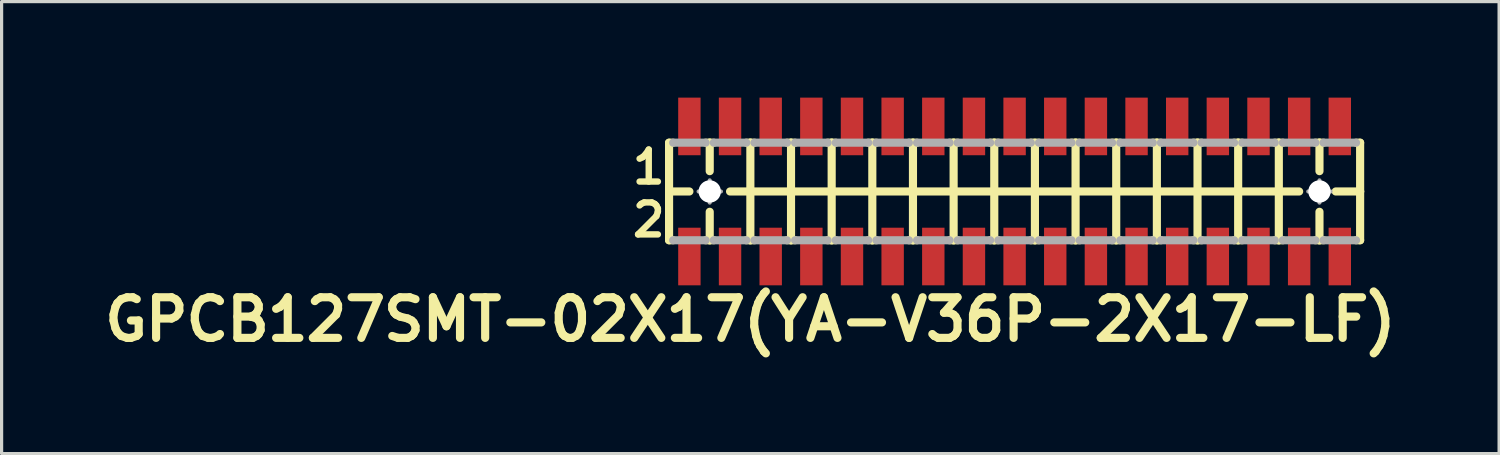
<source format=kicad_pcb>
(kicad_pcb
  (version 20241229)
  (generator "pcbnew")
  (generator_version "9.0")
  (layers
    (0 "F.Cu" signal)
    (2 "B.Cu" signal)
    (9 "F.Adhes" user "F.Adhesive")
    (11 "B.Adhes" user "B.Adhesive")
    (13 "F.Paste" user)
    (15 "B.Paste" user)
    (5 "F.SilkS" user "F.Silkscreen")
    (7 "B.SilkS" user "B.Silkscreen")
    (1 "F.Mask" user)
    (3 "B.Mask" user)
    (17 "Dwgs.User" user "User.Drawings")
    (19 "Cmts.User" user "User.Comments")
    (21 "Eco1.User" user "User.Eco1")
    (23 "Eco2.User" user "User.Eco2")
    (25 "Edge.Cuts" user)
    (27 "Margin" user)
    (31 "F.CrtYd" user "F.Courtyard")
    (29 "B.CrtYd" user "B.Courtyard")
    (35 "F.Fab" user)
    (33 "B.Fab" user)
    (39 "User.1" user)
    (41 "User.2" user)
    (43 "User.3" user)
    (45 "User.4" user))
  (footprint "GPCB127SMT-02X17(YA-V36P-2X17-LF)"
    (layer "F.Cu")
    (at 28.648 2.932)
    (property "Reference" "GPCB127SMT-02X17(YA-V36P-2X17-LF)" (at -8.255 4 0) (layer "F.SilkS") (effects (font (size 1.27 1.27) (thickness 0.254))))
    (attr smd)
    (fp_line (start -10.795 -1.524) (end -10.795 0) (stroke (width 0.254) (type solid)) (layer "F.SilkS"))
    (fp_line (start -10.795 0) (end -10.795 1.524) (stroke (width 0.254) (type solid)) (layer "F.SilkS"))
    (fp_line (start -10.795 0) (end -10.16 0) (stroke (width 0.254) (type solid)) (layer "F.SilkS"))
    (fp_line (start -10.795 1.524) (end -10.668 1.524) (stroke (width 0.254) (type solid)) (layer "F.SilkS"))
    (fp_line (start -10.668 -1.524) (end -10.795 -1.524) (stroke (width 0.254) (type solid)) (layer "F.SilkS"))
    (fp_line (start -9.652 -1.524) (end -9.525 -1.524) (stroke (width 0.254) (type solid)) (layer "F.SilkS"))
    (fp_line (start -9.652 1.524) (end -9.525 1.524) (stroke (width 0.254) (type solid)) (layer "F.SilkS"))
    (fp_line (start -9.525 -1.524) (end -9.398 -1.524) (stroke (width 0.254) (type solid)) (layer "F.SilkS"))
    (fp_line (start -9.525 -0.635) (end -9.525 -1.524) (stroke (width 0.254) (type solid)) (layer "F.SilkS"))
    (fp_line (start -9.525 1.524) (end -9.525 0.635) (stroke (width 0.254) (type solid)) (layer "F.SilkS"))
    (fp_line (start -9.525 1.524) (end -9.398 1.524) (stroke (width 0.254) (type solid)) (layer "F.SilkS"))
    (fp_line (start -8.89 0) (end -8.255 0) (stroke (width 0.254) (type solid)) (layer "F.SilkS"))
    (fp_line (start -8.382 -1.524) (end -8.255 -1.524) (stroke (width 0.254) (type solid)) (layer "F.SilkS"))
    (fp_line (start -8.382 1.524) (end -8.255 1.524) (stroke (width 0.254) (type solid)) (layer "F.SilkS"))
    (fp_line (start -8.255 -1.524) (end -8.128 -1.524) (stroke (width 0.254) (type solid)) (layer "F.SilkS"))
    (fp_line (start -8.255 0) (end -8.255 -1.524) (stroke (width 0.254) (type solid)) (layer "F.SilkS"))
    (fp_line (start -8.255 0) (end -6.985 0) (stroke (width 0.254) (type solid)) (layer "F.SilkS"))
    (fp_line (start -8.255 1.524) (end -8.255 0) (stroke (width 0.254) (type solid)) (layer "F.SilkS"))
    (fp_line (start -8.255 1.524) (end -8.128 1.524) (stroke (width 0.254) (type solid)) (layer "F.SilkS"))
    (fp_line (start -7.112 -1.524) (end -6.985 -1.524) (stroke (width 0.254) (type solid)) (layer "F.SilkS"))
    (fp_line (start -7.112 1.524) (end -6.985 1.524) (stroke (width 0.254) (type solid)) (layer "F.SilkS"))
    (fp_line (start -6.985 -1.524) (end -6.858 -1.524) (stroke (width 0.254) (type solid)) (layer "F.SilkS"))
    (fp_line (start -6.985 0) (end -6.985 -1.524) (stroke (width 0.254) (type solid)) (layer "F.SilkS"))
    (fp_line (start -6.985 0) (end -5.715 0) (stroke (width 0.254) (type solid)) (layer "F.SilkS"))
    (fp_line (start -6.985 1.524) (end -6.985 0) (stroke (width 0.254) (type solid)) (layer "F.SilkS"))
    (fp_line (start -6.985 1.524) (end -6.858 1.524) (stroke (width 0.254) (type solid)) (layer "F.SilkS"))
    (fp_line (start -5.842 -1.524) (end -5.715 -1.524) (stroke (width 0.254) (type solid)) (layer "F.SilkS"))
    (fp_line (start -5.842 1.524) (end -5.715 1.524) (stroke (width 0.254) (type solid)) (layer "F.SilkS"))
    (fp_line (start -5.715 -1.524) (end -5.588 -1.524) (stroke (width 0.254) (type solid)) (layer "F.SilkS"))
    (fp_line (start -5.715 0) (end -5.715 -1.524) (stroke (width 0.254) (type solid)) (layer "F.SilkS"))
    (fp_line (start -5.715 0) (end -4.445 0) (stroke (width 0.254) (type solid)) (layer "F.SilkS"))
    (fp_line (start -5.715 1.524) (end -5.715 0) (stroke (width 0.254) (type solid)) (layer "F.SilkS"))
    (fp_line (start -5.715 1.524) (end -5.588 1.524) (stroke (width 0.254) (type solid)) (layer "F.SilkS"))
    (fp_line (start -4.572 -1.524) (end -4.445 -1.524) (stroke (width 0.254) (type solid)) (layer "F.SilkS"))
    (fp_line (start -4.572 1.524) (end -4.445 1.524) (stroke (width 0.254) (type solid)) (layer "F.SilkS"))
    (fp_line (start -4.445 -1.524) (end -4.318 -1.524) (stroke (width 0.254) (type solid)) (layer "F.SilkS"))
    (fp_line (start -4.445 0) (end -4.445 -1.524) (stroke (width 0.254) (type solid)) (layer "F.SilkS"))
    (fp_line (start -4.445 0) (end -3.175 0) (stroke (width 0.254) (type solid)) (layer "F.SilkS"))
    (fp_line (start -4.445 1.524) (end -4.445 0) (stroke (width 0.254) (type solid)) (layer "F.SilkS"))
    (fp_line (start -4.445 1.524) (end -4.318 1.524) (stroke (width 0.254) (type solid)) (layer "F.SilkS"))
    (fp_line (start -3.302 -1.524) (end -3.175 -1.524) (stroke (width 0.254) (type solid)) (layer "F.SilkS"))
    (fp_line (start -3.302 1.524) (end -3.175 1.524) (stroke (width 0.254) (type solid)) (layer "F.SilkS"))
    (fp_line (start -3.175 -1.524) (end -3.048 -1.524) (stroke (width 0.254) (type solid)) (layer "F.SilkS"))
    (fp_line (start -3.175 0) (end -3.175 -1.524) (stroke (width 0.254) (type solid)) (layer "F.SilkS"))
    (fp_line (start -3.175 0) (end -1.905 0) (stroke (width 0.254) (type solid)) (layer "F.SilkS"))
    (fp_line (start -3.175 1.524) (end -3.175 0) (stroke (width 0.254) (type solid)) (layer "F.SilkS"))
    (fp_line (start -3.175 1.524) (end -3.048 1.524) (stroke (width 0.254) (type solid)) (layer "F.SilkS"))
    (fp_line (start -2.032 -1.524) (end -1.905 -1.524) (stroke (width 0.254) (type solid)) (layer "F.SilkS"))
    (fp_line (start -2.032 1.524) (end -1.905 1.524) (stroke (width 0.254) (type solid)) (layer "F.SilkS"))
    (fp_line (start -1.905 -1.524) (end -1.778 -1.524) (stroke (width 0.254) (type solid)) (layer "F.SilkS"))
    (fp_line (start -1.905 0) (end -1.905 -1.524) (stroke (width 0.254) (type solid)) (layer "F.SilkS"))
    (fp_line (start -1.905 0) (end -0.635 0) (stroke (width 0.254) (type solid)) (layer "F.SilkS"))
    (fp_line (start -1.905 1.524) (end -1.905 0) (stroke (width 0.254) (type solid)) (layer "F.SilkS"))
    (fp_line (start -1.905 1.524) (end -1.778 1.524) (stroke (width 0.254) (type solid)) (layer "F.SilkS"))
    (fp_line (start -0.762 -1.524) (end -0.635 -1.524) (stroke (width 0.254) (type solid)) (layer "F.SilkS"))
    (fp_line (start -0.762 1.524) (end -0.635 1.524) (stroke (width 0.254) (type solid)) (layer "F.SilkS"))
    (fp_line (start -0.635 -1.524) (end -0.508 -1.524) (stroke (width 0.254) (type solid)) (layer "F.SilkS"))
    (fp_line (start -0.635 0) (end -0.635 -1.524) (stroke (width 0.254) (type solid)) (layer "F.SilkS"))
    (fp_line (start -0.635 0) (end 0.635 0) (stroke (width 0.254) (type solid)) (layer "F.SilkS"))
    (fp_line (start -0.635 1.524) (end -0.635 0) (stroke (width 0.254) (type solid)) (layer "F.SilkS"))
    (fp_line (start -0.635 1.524) (end -0.508 1.524) (stroke (width 0.254) (type solid)) (layer "F.SilkS"))
    (fp_line (start 0.508 -1.524) (end 0.762 -1.524) (stroke (width 0.254) (type solid)) (layer "F.SilkS"))
    (fp_line (start 0.508 1.524) (end 0.635 1.524) (stroke (width 0.254) (type solid)) (layer "F.SilkS"))
    (fp_line (start 0.635 0) (end 0.635 -1.524) (stroke (width 0.254) (type solid)) (layer "F.SilkS"))
    (fp_line (start 0.635 0) (end 1.905 0) (stroke (width 0.254) (type solid)) (layer "F.SilkS"))
    (fp_line (start 0.635 1.524) (end 0.635 0) (stroke (width 0.254) (type solid)) (layer "F.SilkS"))
    (fp_line (start 0.635 1.524) (end 0.762 1.524) (stroke (width 0.254) (type solid)) (layer "F.SilkS"))
    (fp_line (start 1.778 -1.524) (end 1.905 -1.524) (stroke (width 0.254) (type solid)) (layer "F.SilkS"))
    (fp_line (start 1.905 -1.524) (end 1.905 0) (stroke (width 0.254) (type solid)) (layer "F.SilkS"))
    (fp_line (start 1.905 0) (end 1.905 1.524) (stroke (width 0.254) (type solid)) (layer "F.SilkS"))
    (fp_line (start 1.905 0) (end 3.175 0) (stroke (width 0.254) (type solid)) (layer "F.SilkS"))
    (fp_line (start 1.905 1.524) (end 1.778 1.524) (stroke (width 0.254) (type solid)) (layer "F.SilkS"))
    (fp_line (start 1.905 1.524) (end 2.032 1.524) (stroke (width 0.254) (type solid)) (layer "F.SilkS"))
    (fp_line (start 2.032 -1.524) (end 1.905 -1.524) (stroke (width 0.254) (type solid)) (layer "F.SilkS"))
    (fp_line (start 3.048 -1.524) (end 3.175 -1.524) (stroke (width 0.254) (type solid)) (layer "F.SilkS"))
    (fp_line (start 3.048 1.524) (end 3.175 1.524) (stroke (width 0.254) (type solid)) (layer "F.SilkS"))
    (fp_line (start 3.175 -1.524) (end 3.302 -1.524) (stroke (width 0.254) (type solid)) (layer "F.SilkS"))
    (fp_line (start 3.175 0) (end 3.175 -1.524) (stroke (width 0.254) (type solid)) (layer "F.SilkS"))
    (fp_line (start 3.175 0) (end 4.445 0) (stroke (width 0.254) (type solid)) (layer "F.SilkS"))
    (fp_line (start 3.175 1.524) (end 3.175 0) (stroke (width 0.254) (type solid)) (layer "F.SilkS"))
    (fp_line (start 3.175 1.524) (end 3.302 1.524) (stroke (width 0.254) (type solid)) (layer "F.SilkS"))
    (fp_line (start 4.318 -1.524) (end 4.445 -1.524) (stroke (width 0.254) (type solid)) (layer "F.SilkS"))
    (fp_line (start 4.318 1.524) (end 4.445 1.524) (stroke (width 0.254) (type solid)) (layer "F.SilkS"))
    (fp_line (start 4.445 -1.524) (end 4.572 -1.524) (stroke (width 0.254) (type solid)) (layer "F.SilkS"))
    (fp_line (start 4.445 0) (end 4.445 -1.524) (stroke (width 0.254) (type solid)) (layer "F.SilkS"))
    (fp_line (start 4.445 0) (end 5.715 0) (stroke (width 0.254) (type solid)) (layer "F.SilkS"))
    (fp_line (start 4.445 1.524) (end 4.445 0) (stroke (width 0.254) (type solid)) (layer "F.SilkS"))
    (fp_line (start 4.445 1.524) (end 4.572 1.524) (stroke (width 0.254) (type solid)) (layer "F.SilkS"))
    (fp_line (start 5.588 -1.524) (end 5.715 -1.524) (stroke (width 0.254) (type solid)) (layer "F.SilkS"))
    (fp_line (start 5.588 1.524) (end 5.715 1.524) (stroke (width 0.254) (type solid)) (layer "F.SilkS"))
    (fp_line (start 5.715 -1.524) (end 5.842 -1.524) (stroke (width 0.254) (type solid)) (layer "F.SilkS"))
    (fp_line (start 5.715 0) (end 5.715 -1.524) (stroke (width 0.254) (type solid)) (layer "F.SilkS"))
    (fp_line (start 5.715 0) (end 6.985 0) (stroke (width 0.254) (type solid)) (layer "F.SilkS"))
    (fp_line (start 5.715 1.524) (end 5.715 0) (stroke (width 0.254) (type solid)) (layer "F.SilkS"))
    (fp_line (start 5.715 1.524) (end 5.842 1.524) (stroke (width 0.254) (type solid)) (layer "F.SilkS"))
    (fp_line (start 6.858 -1.524) (end 6.985 -1.524) (stroke (width 0.254) (type solid)) (layer "F.SilkS"))
    (fp_line (start 6.858 1.524) (end 6.985 1.524) (stroke (width 0.254) (type solid)) (layer "F.SilkS"))
    (fp_line (start 6.985 -1.524) (end 7.112 -1.524) (stroke (width 0.254) (type solid)) (layer "F.SilkS"))
    (fp_line (start 6.985 0) (end 6.985 -1.524) (stroke (width 0.254) (type solid)) (layer "F.SilkS"))
    (fp_line (start 6.985 0) (end 8.255 0) (stroke (width 0.254) (type solid)) (layer "F.SilkS"))
    (fp_line (start 6.985 1.524) (end 6.985 0) (stroke (width 0.254) (type solid)) (layer "F.SilkS"))
    (fp_line (start 6.985 1.524) (end 7.112 1.524) (stroke (width 0.254) (type solid)) (layer "F.SilkS"))
    (fp_line (start 8.128 -1.524) (end 8.255 -1.524) (stroke (width 0.254) (type solid)) (layer "F.SilkS"))
    (fp_line (start 8.128 1.524) (end 8.255 1.524) (stroke (width 0.254) (type solid)) (layer "F.SilkS"))
    (fp_line (start 8.255 -1.524) (end 8.382 -1.524) (stroke (width 0.254) (type solid)) (layer "F.SilkS"))
    (fp_line (start 8.255 0) (end 8.255 -1.524) (stroke (width 0.254) (type solid)) (layer "F.SilkS"))
    (fp_line (start 8.255 0) (end 8.89 0) (stroke (width 0.254) (type solid)) (layer "F.SilkS"))
    (fp_line (start 8.255 1.524) (end 8.255 0) (stroke (width 0.254) (type solid)) (layer "F.SilkS"))
    (fp_line (start 8.255 1.524) (end 8.382 1.524) (stroke (width 0.254) (type solid)) (layer "F.SilkS"))
    (fp_line (start 9.398 -1.524) (end 9.525 -1.524) (stroke (width 0.254) (type solid)) (layer "F.SilkS"))
    (fp_line (start 9.398 1.524) (end 9.525 1.524) (stroke (width 0.254) (type solid)) (layer "F.SilkS"))
    (fp_line (start 9.525 -1.524) (end 9.652 -1.524) (stroke (width 0.254) (type solid)) (layer "F.SilkS"))
    (fp_line (start 9.525 -0.635) (end 9.525 -1.524) (stroke (width 0.254) (type solid)) (layer "F.SilkS"))
    (fp_line (start 9.525 1.524) (end 9.525 0.635) (stroke (width 0.254) (type solid)) (layer "F.SilkS"))
    (fp_line (start 9.525 1.524) (end 9.652 1.524) (stroke (width 0.254) (type solid)) (layer "F.SilkS"))
    (fp_line (start 10.033 0) (end 10.795 0) (stroke (width 0.254) (type solid)) (layer "F.SilkS"))
    (fp_line (start 10.668 -1.524) (end 10.795 -1.524) (stroke (width 0.254) (type solid)) (layer "F.SilkS"))
    (fp_line (start 10.668 1.524) (end 10.795 1.524) (stroke (width 0.254) (type solid)) (layer "F.SilkS"))
    (fp_line (start 10.795 0) (end 10.795 -1.524) (stroke (width 0.254) (type solid)) (layer "F.SilkS"))
    (fp_line (start 10.795 1.524) (end 10.795 0) (stroke (width 0.254) (type solid)) (layer "F.SilkS"))
    (fp_line (start -10.668 -1.524) (end -9.652 -1.524) (stroke (width 0.254) (type solid)) (layer "F.Fab"))
    (fp_line (start -10.668 1.524) (end -9.652 1.524) (stroke (width 0.254) (type solid)) (layer "F.Fab"))
    (fp_line (start -9.873 0) (end -9.174 0) (stroke (width 0.127) (type solid)) (layer "F.Fab"))
    (fp_line (start -9.525 0.348) (end -9.525 -0.348) (stroke (width 0.127) (type solid)) (layer "F.Fab"))
    (fp_line (start -9.398 -1.524) (end -8.382 -1.524) (stroke (width 0.254) (type solid)) (layer "F.Fab"))
    (fp_line (start -9.398 1.524) (end -8.382 1.524) (stroke (width 0.254) (type solid)) (layer "F.Fab"))
    (fp_line (start -8.128 -1.524) (end -7.112 -1.524) (stroke (width 0.254) (type solid)) (layer "F.Fab"))
    (fp_line (start -8.128 1.524) (end -7.112 1.524) (stroke (width 0.254) (type solid)) (layer "F.Fab"))
    (fp_line (start -6.858 -1.524) (end -5.842 -1.524) (stroke (width 0.254) (type solid)) (layer "F.Fab"))
    (fp_line (start -6.858 1.524) (end -5.842 1.524) (stroke (width 0.254) (type solid)) (layer "F.Fab"))
    (fp_line (start -5.588 -1.524) (end -4.572 -1.524) (stroke (width 0.254) (type solid)) (layer "F.Fab"))
    (fp_line (start -5.588 1.524) (end -4.572 1.524) (stroke (width 0.254) (type solid)) (layer "F.Fab"))
    (fp_line (start -4.318 -1.524) (end -3.302 -1.524) (stroke (width 0.254) (type solid)) (layer "F.Fab"))
    (fp_line (start -4.318 1.524) (end -3.302 1.524) (stroke (width 0.254) (type solid)) (layer "F.Fab"))
    (fp_line (start -3.048 -1.524) (end -2.032 -1.524) (stroke (width 0.254) (type solid)) (layer "F.Fab"))
    (fp_line (start -3.048 1.524) (end -2.032 1.524) (stroke (width 0.254) (type solid)) (layer "F.Fab"))
    (fp_line (start -1.778 -1.524) (end -0.762 -1.524) (stroke (width 0.254) (type solid)) (layer "F.Fab"))
    (fp_line (start -1.778 1.524) (end -0.762 1.524) (stroke (width 0.254) (type solid)) (layer "F.Fab"))
    (fp_line (start -0.508 -1.524) (end 0.508 -1.524) (stroke (width 0.254) (type solid)) (layer "F.Fab"))
    (fp_line (start -0.508 1.524) (end 0.508 1.524) (stroke (width 0.254) (type solid)) (layer "F.Fab"))
    (fp_line (start 0.762 -1.524) (end 1.778 -1.524) (stroke (width 0.254) (type solid)) (layer "F.Fab"))
    (fp_line (start 0.762 1.524) (end 1.778 1.524) (stroke (width 0.254) (type solid)) (layer "F.Fab"))
    (fp_line (start 2.032 -1.524) (end 3.048 -1.524) (stroke (width 0.254) (type solid)) (layer "F.Fab"))
    (fp_line (start 2.032 1.524) (end 3.048 1.524) (stroke (width 0.254) (type solid)) (layer "F.Fab"))
    (fp_line (start 3.302 -1.524) (end 4.318 -1.524) (stroke (width 0.254) (type solid)) (layer "F.Fab"))
    (fp_line (start 3.302 1.524) (end 4.318 1.524) (stroke (width 0.254) (type solid)) (layer "F.Fab"))
    (fp_line (start 4.572 -1.524) (end 5.588 -1.524) (stroke (width 0.254) (type solid)) (layer "F.Fab"))
    (fp_line (start 4.572 1.524) (end 5.588 1.524) (stroke (width 0.254) (type solid)) (layer "F.Fab"))
    (fp_line (start 5.842 -1.524) (end 6.858 -1.524) (stroke (width 0.254) (type solid)) (layer "F.Fab"))
    (fp_line (start 5.842 1.524) (end 6.858 1.524) (stroke (width 0.254) (type solid)) (layer "F.Fab"))
    (fp_line (start 7.112 -1.524) (end 8.128 -1.524) (stroke (width 0.254) (type solid)) (layer "F.Fab"))
    (fp_line (start 7.112 1.524) (end 8.128 1.524) (stroke (width 0.254) (type solid)) (layer "F.Fab"))
    (fp_line (start 8.382 -1.524) (end 9.398 -1.524) (stroke (width 0.254) (type solid)) (layer "F.Fab"))
    (fp_line (start 8.382 1.524) (end 9.398 1.524) (stroke (width 0.254) (type solid)) (layer "F.Fab"))
    (fp_line (start 9.174 0) (end 9.873 0) (stroke (width 0.127) (type solid)) (layer "F.Fab"))
    (fp_line (start 9.525 0.348) (end 9.525 -0.348) (stroke (width 0.127) (type solid)) (layer "F.Fab"))
    (fp_line (start 9.652 -1.524) (end 10.668 -1.524) (stroke (width 0.254) (type solid)) (layer "F.Fab"))
    (fp_line (start 9.652 1.524) (end 10.668 1.524) (stroke (width 0.254) (type solid)) (layer "F.Fab"))
    (fp_circle (center -9.525 0) (end -9.698 0.173) (stroke (width 0.127) (type solid)) (fill no) (layer "F.Fab"))
    (fp_circle (center 9.525 0) (end 9.698 0.173) (stroke (width 0.127) (type solid)) (fill no) (layer "F.Fab"))
    (fp_text user "1" (at -11.43 -0.762 0) (layer "F.SilkS") (effects (font (size 1 1) (thickness 0.2))))
    (fp_text user "2" (at -11.43 0.889 0) (layer "F.SilkS") (effects (font (size 1 1) (thickness 0.2))))
    (pad "" np_thru_hole circle (at -9.525 0 90) (size 0.7 0.7) (drill 0.7) (layers "*.Cu" "*.Mask"))
    (pad "" np_thru_hole circle (at 9.525 0 90) (size 0.7 0.7) (drill 0.7) (layers "*.Cu" "*.Mask"))
    (pad "1" smd rect (at -10.16 -2.032 270) (size 1.8 0.7) (layers "F.Cu" "F.Mask" "F.Paste"))
    (pad "2" smd rect (at -10.16 2.032 270) (size 1.8 0.7) (layers "F.Cu" "F.Mask" "F.Paste"))
    (pad "3" smd rect (at -8.89 -2.032 270) (size 1.8 0.7) (layers "F.Cu" "F.Mask" "F.Paste"))
    (pad "4" smd rect (at -8.89 2.032 270) (size 1.8 0.7) (layers "F.Cu" "F.Mask" "F.Paste"))
    (pad "5" smd rect (at -7.62 -2.032 270) (size 1.8 0.7) (layers "F.Cu" "F.Mask" "F.Paste"))
    (pad "6" smd rect (at -7.62 2.032 270) (size 1.8 0.7) (layers "F.Cu" "F.Mask" "F.Paste"))
    (pad "7" smd rect (at -6.35 -2.032 270) (size 1.8 0.7) (layers "F.Cu" "F.Mask" "F.Paste"))
    (pad "8" smd rect (at -6.35 2.032 270) (size 1.8 0.7) (layers "F.Cu" "F.Mask" "F.Paste"))
    (pad "9" smd rect (at -5.08 -2.032 270) (size 1.8 0.7) (layers "F.Cu" "F.Mask" "F.Paste"))
    (pad "10" smd rect (at -5.08 2.032 270) (size 1.8 0.7) (layers "F.Cu" "F.Mask" "F.Paste"))
    (pad "11" smd rect (at -3.81 -2.032 270) (size 1.8 0.7) (layers "F.Cu" "F.Mask" "F.Paste"))
    (pad "12" smd rect (at -3.81 2.032 270) (size 1.8 0.7) (layers "F.Cu" "F.Mask" "F.Paste"))
    (pad "13" smd rect (at -2.54 -2.032 90) (size 1.8 0.7) (layers "F.Cu" "F.Mask" "F.Paste"))
    (pad "14" smd rect (at -2.54 2.032 90) (size 1.8 0.7) (layers "F.Cu" "F.Mask" "F.Paste"))
    (pad "15" smd rect (at -1.27 -2.032 90) (size 1.8 0.7) (layers "F.Cu" "F.Mask" "F.Paste"))
    (pad "16" smd rect (at -1.27 2.032 90) (size 1.8 0.7) (layers "F.Cu" "F.Mask" "F.Paste"))
    (pad "17" smd rect (at 0 -2.032 90) (size 1.8 0.7) (layers "F.Cu" "F.Mask" "F.Paste"))
    (pad "18" smd rect (at 0 2.032 90) (size 1.8 0.7) (layers "F.Cu" "F.Mask" "F.Paste"))
    (pad "19" smd rect (at 1.27 -2.032 90) (size 1.8 0.7) (layers "F.Cu" "F.Mask" "F.Paste"))
    (pad "20" smd rect (at 1.27 2.032 90) (size 1.8 0.7) (layers "F.Cu" "F.Mask" "F.Paste"))
    (pad "21" smd rect (at 2.54 -2.032 270) (size 1.8 0.7) (layers "F.Cu" "F.Mask" "F.Paste"))
    (pad "22" smd rect (at 2.54 2.032 270) (size 1.8 0.7) (layers "F.Cu" "F.Mask" "F.Paste"))
    (pad "23" smd rect (at 3.81 -2.032 270) (size 1.8 0.7) (layers "F.Cu" "F.Mask" "F.Paste"))
    (pad "24" smd rect (at 3.81 2.032 270) (size 1.8 0.7) (layers "F.Cu" "F.Mask" "F.Paste"))
    (pad "25" smd rect (at 5.08 -2.032 270) (size 1.8 0.7) (layers "F.Cu" "F.Mask" "F.Paste"))
    (pad "26" smd rect (at 5.08 2.032 270) (size 1.8 0.7) (layers "F.Cu" "F.Mask" "F.Paste"))
    (pad "27" smd rect (at 6.35 -2.032 270) (size 1.8 0.7) (layers "F.Cu" "F.Mask" "F.Paste"))
    (pad "28" smd rect (at 6.35 2.032 270) (size 1.8 0.7) (layers "F.Cu" "F.Mask" "F.Paste"))
    (pad "29" smd rect (at 7.62 -2.032 270) (size 1.8 0.7) (layers "F.Cu" "F.Mask" "F.Paste"))
    (pad "30" smd rect (at 7.62 2.032 270) (size 1.8 0.7) (layers "F.Cu" "F.Mask" "F.Paste"))
    (pad "31" smd rect (at 8.89 -2.032 270) (size 1.8 0.7) (layers "F.Cu" "F.Mask" "F.Paste"))
    (pad "32" smd rect (at 8.89 2.032 270) (size 1.8 0.7) (layers "F.Cu" "F.Mask" "F.Paste"))
    (pad "33" smd rect (at 10.16 -2.032 90) (size 1.8 0.7) (layers "F.Cu" "F.Mask" "F.Paste"))
    (pad "34" smd rect (at 10.16 2.032 90) (size 1.8 0.7) (layers "F.Cu" "F.Mask" "F.Paste")))
  (gr_rect
    (start -3 -3)
    (end 43.785 11.121)
    (stroke (width 0.1) (type default))
    (fill no)
    (layer "Edge.Cuts")))
</source>
